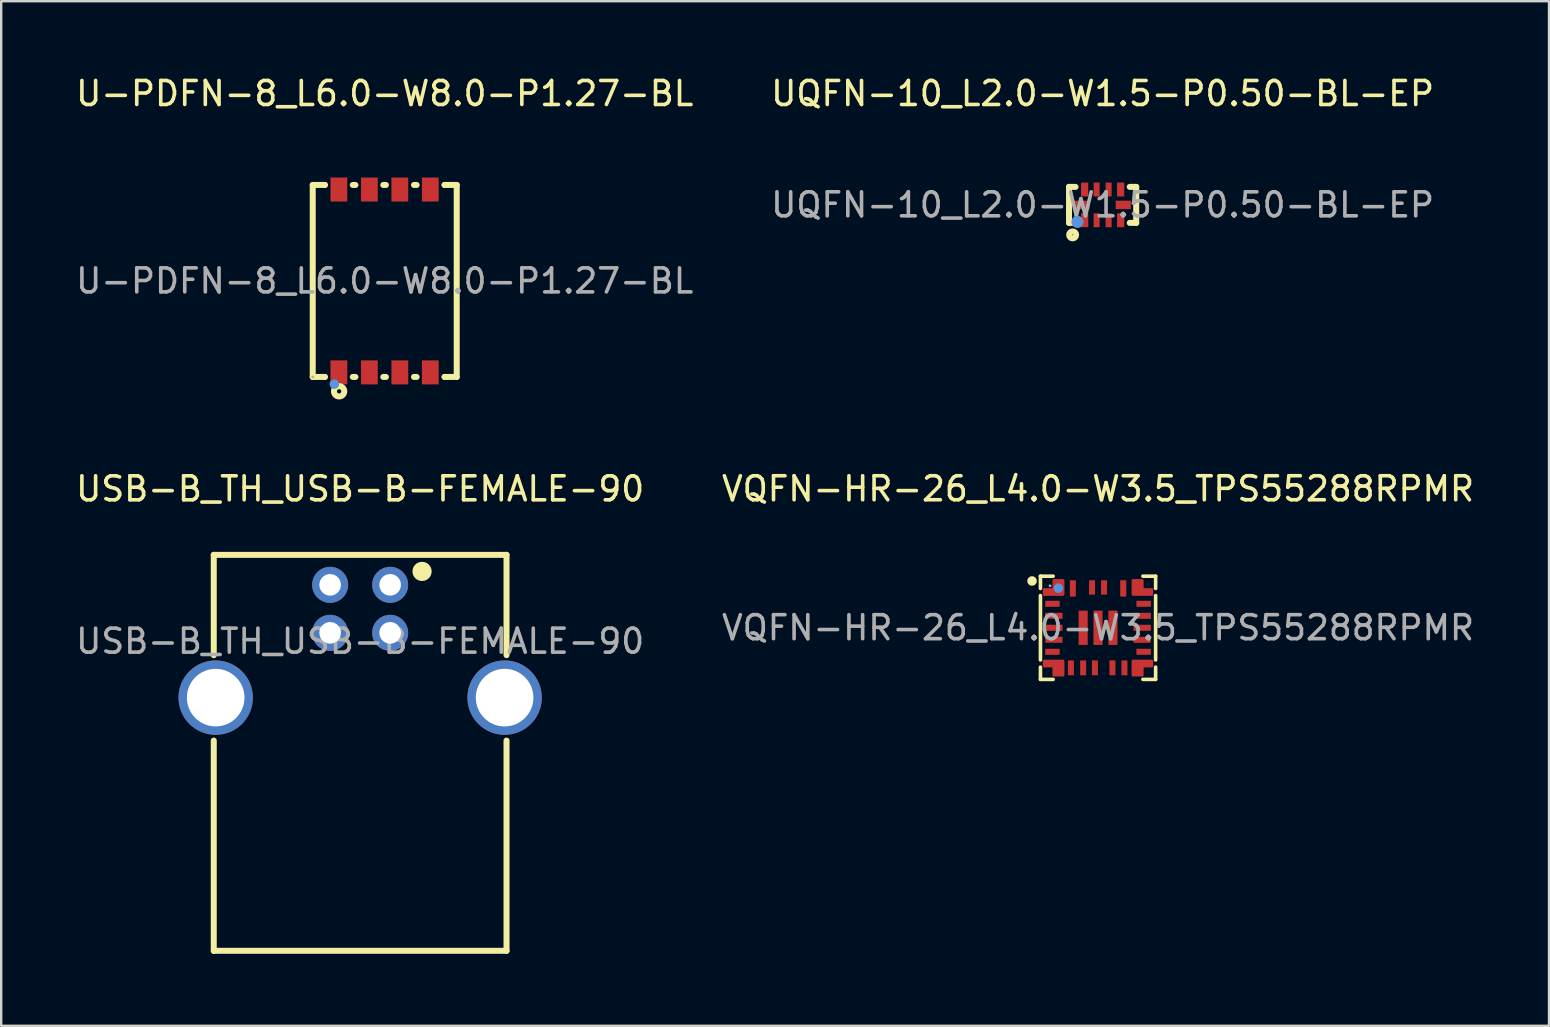
<source format=kicad_pcb>
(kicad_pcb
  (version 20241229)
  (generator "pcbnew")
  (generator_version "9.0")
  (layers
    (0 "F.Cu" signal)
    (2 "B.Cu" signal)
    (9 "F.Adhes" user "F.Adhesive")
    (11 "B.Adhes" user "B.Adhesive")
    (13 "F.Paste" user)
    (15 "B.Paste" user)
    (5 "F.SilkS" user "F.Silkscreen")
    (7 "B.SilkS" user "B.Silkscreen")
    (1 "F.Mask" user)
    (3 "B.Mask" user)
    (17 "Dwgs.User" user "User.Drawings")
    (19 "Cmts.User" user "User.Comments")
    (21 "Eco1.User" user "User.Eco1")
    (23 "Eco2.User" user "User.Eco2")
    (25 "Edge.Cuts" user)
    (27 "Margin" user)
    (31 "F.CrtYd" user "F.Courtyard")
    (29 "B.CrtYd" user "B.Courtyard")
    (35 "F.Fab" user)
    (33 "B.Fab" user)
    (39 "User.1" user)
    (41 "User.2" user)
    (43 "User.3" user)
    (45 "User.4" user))
  (footprint "U-PDFN-8_L6.0-W8.0-P1.27-BL"
    (layer "F.Cu")
    (at 12.982 8.658)
    (property "Reference" "U-PDFN-8_L6.0-W8.0-P1.27-BL" (at 0 -7.81 0) (layer "F.SilkS") (effects (font (size 1 1) (thickness 0.15))))
    (attr smd)
    (fp_line (start -3 -4) (end -3 4) (stroke (width 0.25) (type solid)) (layer "F.SilkS"))
    (fp_line (start -3 -4) (end -2.5 -4) (stroke (width 0.25) (type solid)) (layer "F.SilkS"))
    (fp_line (start -3 4) (end -2.5 4) (stroke (width 0.25) (type solid)) (layer "F.SilkS"))
    (fp_line (start -2.5 -4) (end -2.49 -4) (stroke (width 0.25) (type solid)) (layer "F.SilkS"))
    (fp_line (start -2.5 4) (end -2.49 4) (stroke (width 0.25) (type solid)) (layer "F.SilkS"))
    (fp_line (start -1.33 -4) (end -1.22 -4) (stroke (width 0.25) (type solid)) (layer "F.SilkS"))
    (fp_line (start -1.33 4) (end -1.22 4) (stroke (width 0.25) (type solid)) (layer "F.SilkS"))
    (fp_line (start -0.06 -4) (end 0.05 -4) (stroke (width 0.25) (type solid)) (layer "F.SilkS"))
    (fp_line (start -0.06 4) (end 0.05 4) (stroke (width 0.25) (type solid)) (layer "F.SilkS"))
    (fp_line (start 1.22 -4) (end 1.33 -4) (stroke (width 0.25) (type solid)) (layer "F.SilkS"))
    (fp_line (start 1.22 4) (end 1.33 4) (stroke (width 0.25) (type solid)) (layer "F.SilkS"))
    (fp_line (start 2.49 -4) (end 2.5 -4) (stroke (width 0.25) (type solid)) (layer "F.SilkS"))
    (fp_line (start 2.49 4) (end 2.5 4) (stroke (width 0.25) (type solid)) (layer "F.SilkS"))
    (fp_line (start 2.5 -4) (end 3 -4) (stroke (width 0.25) (type solid)) (layer "F.SilkS"))
    (fp_line (start 2.5 4) (end 3 4) (stroke (width 0.25) (type solid)) (layer "F.SilkS"))
    (fp_line (start 3 -4) (end 3 4) (stroke (width 0.25) (type solid)) (layer "F.SilkS"))
    (fp_circle (center -1.9 4.6) (end -1.81 4.6) (stroke (width 0.25) (type solid)) (fill no) (layer "F.SilkS"))
    (fp_circle (center -2.1 4.3) (end -2 4.3) (stroke (width 0.2) (type solid)) (fill no) (layer "Cmts.User"))
    (fp_circle (center -3 4) (end -2.97 4) (stroke (width 0.06) (type solid)) (fill no) (layer "F.Fab"))
    (fp_text user "${REFERENCE}" (at 0 0 0) (layer "F.Fab") (effects (font (size 1 1) (thickness 0.15))))
    (pad "1" smd rect (at -1.91 3.81 180) (size 0.7 1) (layers "F.Cu" "F.Mask" "F.Paste"))
    (pad "2" smd rect (at -0.64 3.81) (size 0.7 1) (layers "F.Cu" "F.Mask" "F.Paste"))
    (pad "3" smd rect (at 0.63 3.81) (size 0.7 1) (layers "F.Cu" "F.Mask" "F.Paste"))
    (pad "4" smd rect (at 1.9 3.81) (size 0.7 1) (layers "F.Cu" "F.Mask" "F.Paste"))
    (pad "5" smd rect (at 1.9 -3.81) (size 0.7 1) (layers "F.Cu" "F.Mask" "F.Paste"))
    (pad "6" smd rect (at 0.63 -3.81) (size 0.7 1) (layers "F.Cu" "F.Mask" "F.Paste"))
    (pad "7" smd rect (at -0.64 -3.81) (size 0.7 1) (layers "F.Cu" "F.Mask" "F.Paste"))
    (pad "8" smd rect (at -1.91 -3.81) (size 0.7 1) (layers "F.Cu" "F.Mask" "F.Paste")))
  (footprint "UQFN-10_L2.0-W1.5-P0.50-BL-EP"
    (layer "F.Cu")
    (at 42.899 5.488)
    (property "Reference" "UQFN-10_L2.0-W1.5-P0.50-BL-EP" (at 0 -4.64 0) (layer "F.SilkS") (effects (font (size 1 1) (thickness 0.15))))
    (attr smd)
    (fp_line (start -1.4 -0.75) (end -1.4 0.75) (stroke (width 0.25) (type solid)) (layer "F.SilkS"))
    (fp_line (start -1.4 -0.75) (end -1.13 -0.75) (stroke (width 0.25) (type solid)) (layer "F.SilkS"))
    (fp_line (start -1.4 0.75) (end -1.13 0.75) (stroke (width 0.25) (type solid)) (layer "F.SilkS"))
    (fp_line (start 1.13 -0.75) (end 1.4 -0.75) (stroke (width 0.25) (type solid)) (layer "F.SilkS"))
    (fp_line (start 1.13 0.75) (end 1.4 0.75) (stroke (width 0.25) (type solid)) (layer "F.SilkS"))
    (fp_line (start 1.4 -0.75) (end 1.4 0.75) (stroke (width 0.25) (type solid)) (layer "F.SilkS"))
    (fp_circle (center -1.25 1.25) (end -1.23 1.25) (stroke (width 0.25) (type solid)) (fill no) (layer "F.SilkS"))
    (fp_circle (center -1.05 0.71) (end -0.92 0.71) (stroke (width 0.25) (type solid)) (fill no) (layer "Cmts.User"))
    (fp_circle (center -1 0.75) (end -0.97 0.75) (stroke (width 0.06) (type solid)) (fill no) (layer "F.Fab"))
    (fp_text user "${REFERENCE}" (at 0 0 0) (layer "F.Fab") (effects (font (size 1 1) (thickness 0.15))))
    (pad "1" smd rect (at -0.75 0.64) (size 0.3 0.58) (layers "F.Cu" "F.Mask" "F.Paste"))
    (pad "2" smd rect (at -0.25 0.64) (size 0.25 0.58) (layers "F.Cu" "F.Mask" "F.Paste"))
    (pad "3" smd rect (at 0.25 0.64) (size 0.25 0.58) (layers "F.Cu" "F.Mask" "F.Paste"))
    (pad "4" smd rect (at 0.75 0.64) (size 0.3 0.58) (layers "F.Cu" "F.Mask" "F.Paste"))
    (pad "5" smd rect (at 0.86 0 90) (size 0.35 0.63) (layers "F.Cu" "F.Mask" "F.Paste"))
    (pad "6" smd rect (at 0.75 -0.64 180) (size 0.3 0.58) (layers "F.Cu" "F.Mask" "F.Paste"))
    (pad "7" smd rect (at 0.25 -0.64 180) (size 0.25 0.58) (layers "F.Cu" "F.Mask" "F.Paste"))
    (pad "8" smd rect (at -0.25 -0.64 180) (size 0.25 0.58) (layers "F.Cu" "F.Mask" "F.Paste"))
    (pad "9" smd rect (at -0.75 -0.64 180) (size 0.3 0.58) (layers "F.Cu" "F.Mask" "F.Paste"))
    (pad "10" smd rect (at -0.86 0 270) (size 0.35 0.63) (layers "F.Cu" "F.Mask" "F.Paste")))
  (footprint "VQFN-HR-26_L4.0-W3.5_TPS55288RPMR"
    (layer "F.Cu")
    (at 42.708 23.111)
    (property "Reference" "VQFN-HR-26_L4.0-W3.5_TPS55288RPMR" (at 0 -5.79 0) (layer "F.SilkS") (effects (font (size 1 1) (thickness 0.15))))
    (attr smd)
    (fp_line (start -2.4 -2.15) (end -2.4 -1.64) (stroke (width 0.15) (type solid)) (layer "F.SilkS"))
    (fp_line (start -2.4 -1.34) (end -2.4 1.34) (stroke (width 0.15) (type solid)) (layer "F.SilkS"))
    (fp_line (start -2.4 1.64) (end -2.4 2.15) (stroke (width 0.15) (type solid)) (layer "F.SilkS"))
    (fp_line (start -2.4 2.15) (end -1.87 2.15) (stroke (width 0.15) (type solid)) (layer "F.SilkS"))
    (fp_line (start -1.87 -2.15) (end -2.4 -2.15) (stroke (width 0.15) (type solid)) (layer "F.SilkS"))
    (fp_line (start 1.87 2.15) (end 2.4 2.15) (stroke (width 0.15) (type solid)) (layer "F.SilkS"))
    (fp_line (start 2.4 -2.15) (end 1.87 -2.15) (stroke (width 0.15) (type solid)) (layer "F.SilkS"))
    (fp_line (start 2.4 -1.64) (end 2.4 -2.15) (stroke (width 0.15) (type solid)) (layer "F.SilkS"))
    (fp_line (start 2.4 1.34) (end 2.4 -1.34) (stroke (width 0.15) (type solid)) (layer "F.SilkS"))
    (fp_line (start 2.4 2.15) (end 2.4 1.64) (stroke (width 0.15) (type solid)) (layer "F.SilkS"))
    (fp_circle (center -2.75 -1.95) (end -2.65 -1.95) (stroke (width 0.2) (type solid)) (fill no) (layer "F.SilkS"))
    (fp_circle (center -1.65 -1.65) (end -1.55 -1.65) (stroke (width 0.2) (type solid)) (fill no) (layer "Cmts.User"))
    (fp_circle (center -2 -1.75) (end -1.97 -1.75) (stroke (width 0.06) (type solid)) (fill no) (layer "F.Fab"))
    (fp_text user "${REFERENCE}" (at 0 0 0) (layer "F.Fab") (effects (font (size 1 1) (thickness 0.15))))
    (pad "1" smd custom (at -1.85 -1.79) (size 0.01 0.01) (layers "F.Cu" "F.Mask" "F.Paste") (options (anchor circle)) (primitives (gr_poly (pts (xy 0.4 0.41) (xy 0.4 -0.19) (xy 0 -0.19) (xy 0 0.19) (xy -0.4 0.19) (xy -0.4 0.41)) (width 0.1) (fill yes))))
    (pad "2" smd rect (at -1.9 -1) (size 0.6 0.25) (layers "F.Cu" "F.Mask" "F.Paste"))
    (pad "3" smd rect (at -1.84 -0.5) (size 0.72 0.25) (layers "F.Cu" "F.Mask" "F.Paste"))
    (pad "4" smd rect (at -1.84 0) (size 0.72 0.25) (layers "F.Cu" "F.Mask" "F.Paste"))
    (pad "5" smd rect (at -1.84 0.5) (size 0.72 0.25) (layers "F.Cu" "F.Mask" "F.Paste"))
    (pad "6" smd rect (at -1.9 1) (size 0.6 0.25) (layers "F.Cu" "F.Mask" "F.Paste"))
    (pad "7" smd custom (at -1.85 1.79) (size 0.01 0.01) (layers "F.Cu" "F.Mask" "F.Paste") (options (anchor circle)) (primitives (gr_poly (pts (xy 0.4 -0.41) (xy 0.4 0.19) (xy 0 0.19) (xy 0 -0.19) (xy -0.4 -0.19) (xy -0.4 -0.41)) (width 0.1) (fill yes))))
    (pad "8" smd rect (at -1.13 1.67) (size 0.25 0.62) (layers "F.Cu" "F.Mask" "F.Paste"))
    (pad "9" smd rect (at -0.62 1.67) (size 0.25 0.62) (layers "F.Cu" "F.Mask" "F.Paste"))
    (pad "10" smd rect (at -0.13 1.67) (size 0.25 0.62) (layers "F.Cu" "F.Mask" "F.Paste"))
    (pad "11" smd rect (at 0.6 1.67) (size 0.25 0.62) (layers "F.Cu" "F.Mask" "F.Paste"))
    (pad "12" smd rect (at 1.1 1.67) (size 0.25 0.62) (layers "F.Cu" "F.Mask" "F.Paste"))
    (pad "13" smd custom (at 1.85 1.79) (size 0.01 0.01) (layers "F.Cu" "F.Mask" "F.Paste") (options (anchor circle)) (primitives (gr_poly (pts (xy -0.4 -0.41) (xy -0.4 0.19) (xy 0 0.19) (xy 0 -0.19) (xy 0.4 -0.19) (xy 0.4 -0.41)) (width 0.1) (fill yes))))
    (pad "14" smd rect (at 1.9 1) (size 0.6 0.25) (layers "F.Cu" "F.Mask" "F.Paste"))
    (pad "15" smd rect (at 1.84 0.5) (size 0.72 0.25) (layers "F.Cu" "F.Mask" "F.Paste"))
    (pad "16" smd rect (at 1.84 0) (size 0.72 0.25) (layers "F.Cu" "F.Mask" "F.Paste"))
    (pad "17" smd rect (at 1.84 -0.5) (size 0.72 0.25) (layers "F.Cu" "F.Mask" "F.Paste"))
    (pad "18" smd rect (at 1.9 -1) (size 0.6 0.25) (layers "F.Cu" "F.Mask" "F.Paste"))
    (pad "19" smd custom (at 1.85 -1.79) (size 0.01 0.01) (layers "F.Cu" "F.Mask" "F.Paste") (options (anchor circle)) (primitives (gr_poly (pts (xy -0.4 0.41) (xy -0.4 -0.19) (xy 0 -0.19) (xy 0 0.19) (xy 0.4 0.19) (xy 0.4 0.41)) (width 0.1) (fill yes))))
    (pad "20" smd rect (at 1.05 -1.64) (size 0.25 0.68) (layers "F.Cu" "F.Mask" "F.Paste"))
    (pad "21" smd rect (at 0.25 -1.68) (size 0.25 0.6) (layers "F.Cu" "F.Mask" "F.Paste"))
    (pad "22" smd rect (at -0.25 -1.68) (size 0.25 0.6) (layers "F.Cu" "F.Mask" "F.Paste"))
    (pad "23" smd rect (at -1.05 -1.64) (size 0.25 0.68) (layers "F.Cu" "F.Mask" "F.Paste"))
    (pad "24" smd rect (at -0.62 0) (size 0.38 1.43) (layers "F.Cu" "F.Mask" "F.Paste"))
    (pad "25" smd rect (at 0 0) (size 0.38 1.43) (layers "F.Cu" "F.Mask" "F.Paste"))
    (pad "26" smd rect (at 0.62 0) (size 0.38 1.43) (layers "F.Cu" "F.Mask" "F.Paste")))
  (footprint "USB-B_TH_USB-B-FEMALE-90"
    (layer "F.Cu")
    (at 11.958 23.672)
    (property "Reference" "USB-B_TH_USB-B-FEMALE-90" (at 0 -6.35 0) (layer "F.SilkS") (effects (font (size 1 1) (thickness 0.15))))
    (attr smd)
    (fp_line (start -6.1 -3.6) (end -6.1 0.58) (stroke (width 0.25) (type solid)) (layer "F.SilkS"))
    (fp_line (start -6.1 12.9) (end -6.1 4.14) (stroke (width 0.25) (type solid)) (layer "F.SilkS"))
    (fp_line (start -6.1 12.9) (end 6.1 12.9) (stroke (width 0.25) (type solid)) (layer "F.SilkS"))
    (fp_line (start 6.1 -3.6) (end -6.1 -3.6) (stroke (width 0.25) (type solid)) (layer "F.SilkS"))
    (fp_line (start 6.1 0.58) (end 6.1 -3.6) (stroke (width 0.25) (type solid)) (layer "F.SilkS"))
    (fp_line (start 6.1 12.9) (end 6.1 4.14) (stroke (width 0.25) (type solid)) (layer "F.SilkS"))
    (fp_circle (center 2.58 -2.91) (end 2.78 -2.91) (stroke (width 0.4) (type solid)) (fill no) (layer "F.SilkS"))
    (fp_text user "${REFERENCE}" (at 0 0 0) (layer "F.Fab") (effects (font (size 1 1) (thickness 0.15))))
    (pad "1" thru_hole circle (at 1.25 -2.35) (size 1.5 1.5) (drill 0.9) (layers "*.Cu" "*.Mask"))
    (pad "2" thru_hole circle (at -1.25 -2.35) (size 1.5 1.5) (drill 0.9) (layers "*.Cu" "*.Mask"))
    (pad "3" thru_hole circle (at -1.25 -0.35) (size 1.5 1.5) (drill 0.9) (layers "*.Cu" "*.Mask"))
    (pad "4" thru_hole circle (at 1.25 -0.35) (size 1.5 1.5) (drill 0.9) (layers "*.Cu" "*.Mask"))
    (pad "5" thru_hole circle (at -6.02 2.35) (size 3.1 3.1) (drill 2.4) (layers "*.Cu" "*.Mask"))
    (pad "6" thru_hole circle (at 6.02 2.35) (size 3.1 3.1) (drill 2.4) (layers "*.Cu" "*.Mask")))
  (gr_rect
    (start -3 -3)
    (end 61.5 39.697)
    (stroke (width 0.1) (type default))
    (fill no)
    (layer "Edge.Cuts")))
</source>
